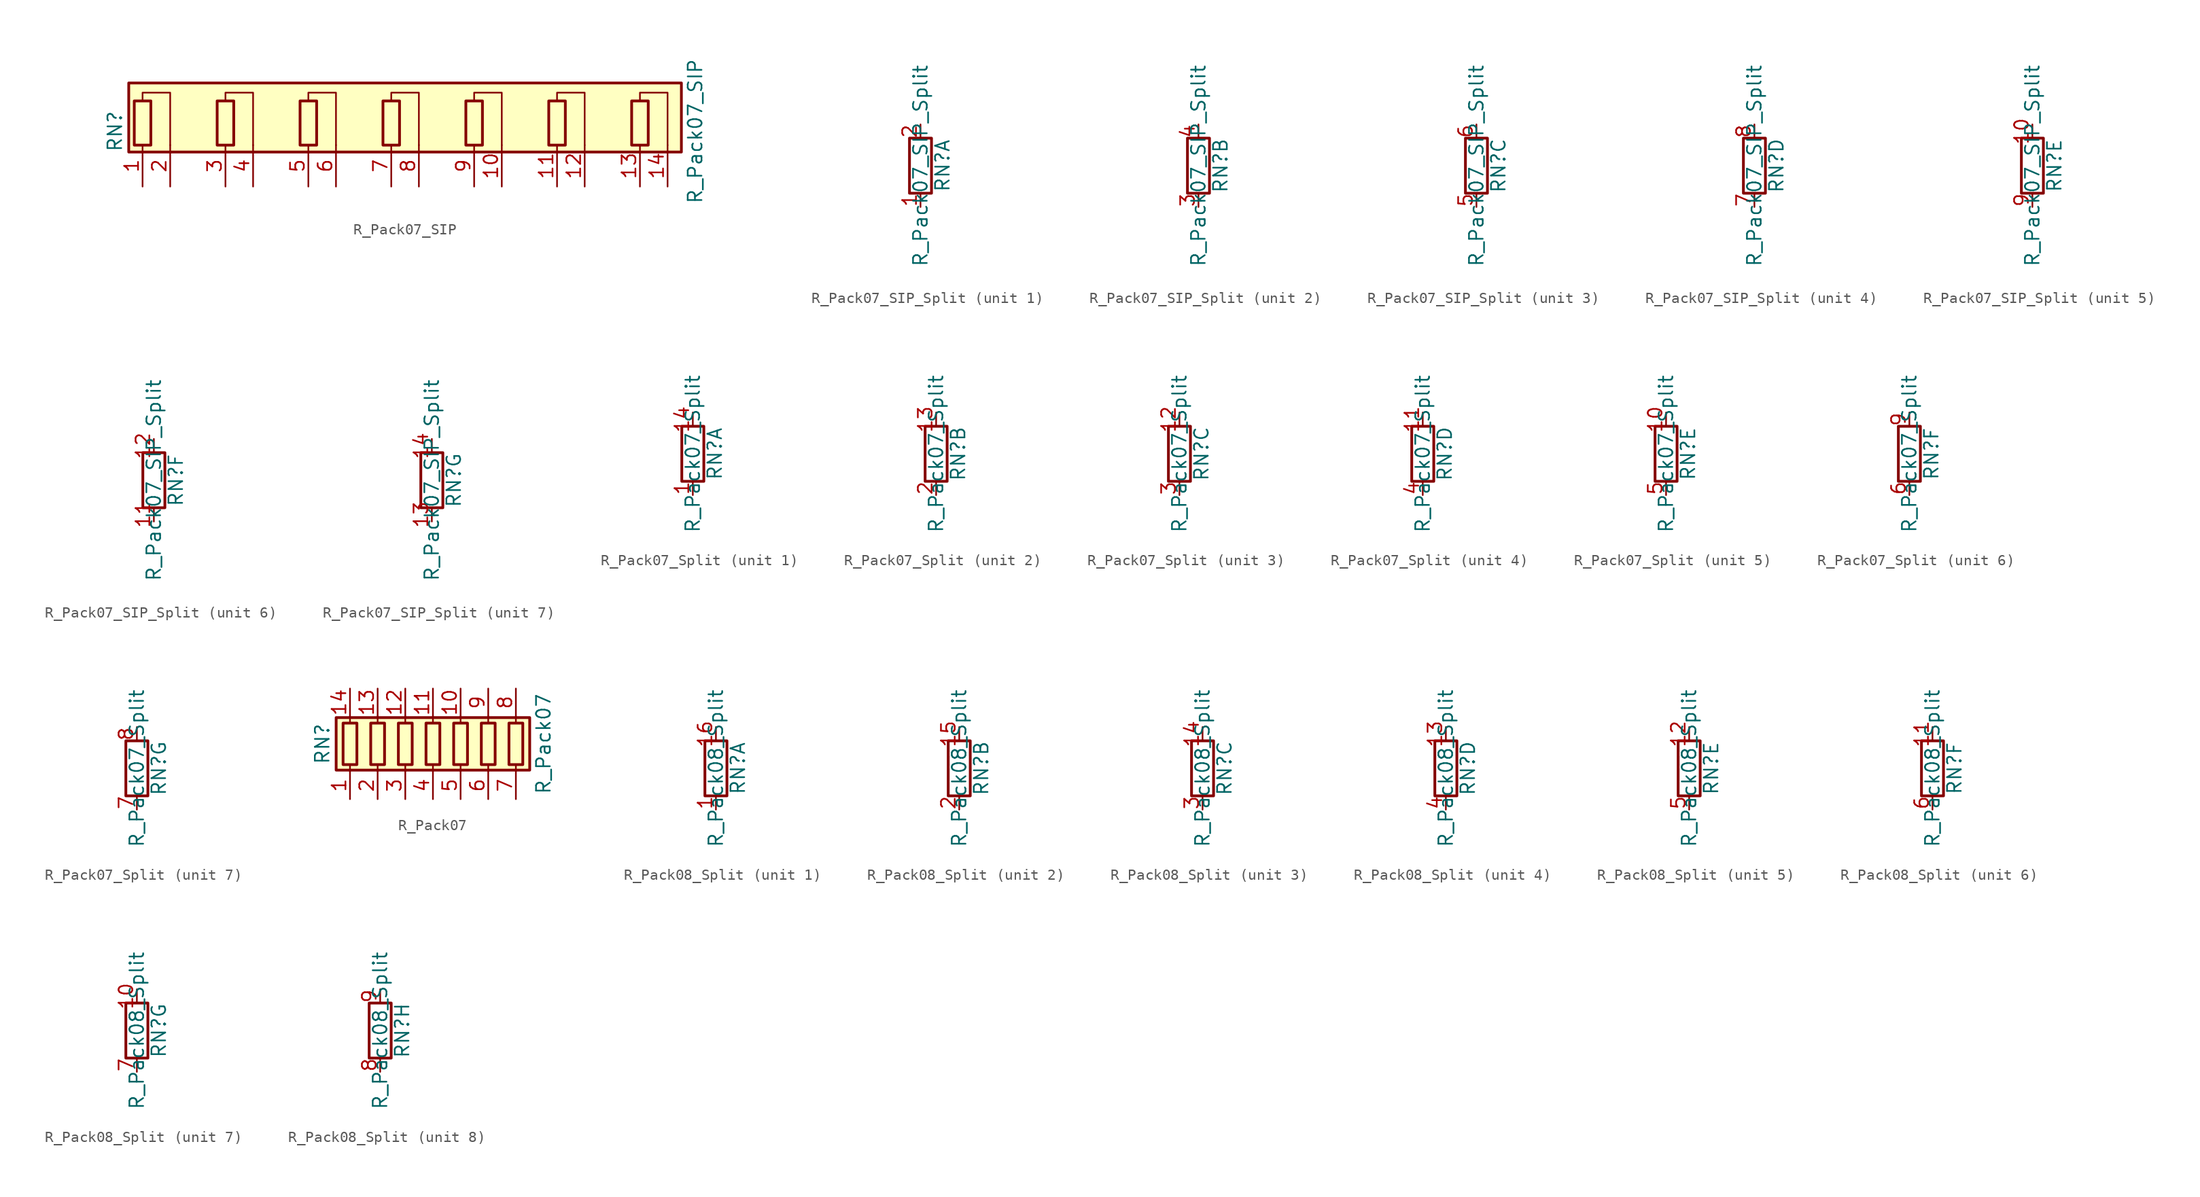
<source format=kicad_sym>
(kicad_symbol_lib
  (version 20201005)
  (generator kicad_symbol_editor)
  (symbol "R_Pack07_SIP"
    (pin_names
      (offset 0) hide)
    (property "Reference" "RN"
      (at -25.4 0 90)
      (effects (font (size 1.27 1.27))))
    (property "Value" "R_Pack07_SIP"
      (at 27.94 0 90)
      (effects (font (size 1.27 1.27))))
    (symbol "R_Pack07_SIP_0_1"
      (rectangle (start -23.622 2.794) (end -22.098 -1.27) (stroke (width 0.254)) (fill (type none)))
      (rectangle (start -16.002 2.794) (end -14.478 -1.27) (stroke (width 0.254)) (fill (type none)))
      (rectangle (start -8.382 2.794) (end -6.858 -1.27) (stroke (width 0.254)) (fill (type none)))
      (rectangle (start -0.762 2.794) (end 0.762 -1.27) (stroke (width 0.254)) (fill (type none)))
      (rectangle (start 6.858 2.794) (end 8.382 -1.27) (stroke (width 0.254)) (fill (type none)))
      (rectangle (start 14.478 2.794) (end 16.002 -1.27) (stroke (width 0.254)) (fill (type none)))
      (rectangle (start 22.098 2.794) (end 23.622 -1.27) (stroke (width 0.254)) (fill (type none)))
      (rectangle (start -24.13 -1.905) (end 26.67 4.445) (stroke (width 0.254)) (fill (type background)))
      (polyline (pts (xy -22.86 2.794) (xy -22.86 3.556) (xy -20.32 3.556) (xy -20.32 -1.27)) (stroke (width 0)) (fill (type none)))
      (polyline (pts (xy -15.24 2.794) (xy -15.24 3.556) (xy -12.7 3.556) (xy -12.7 -1.27)) (stroke (width 0)) (fill (type none)))
      (polyline (pts (xy -7.62 2.794) (xy -7.62 3.556) (xy -5.08 3.556) (xy -5.08 -1.27)) (stroke (width 0)) (fill (type none)))
      (polyline (pts (xy 0 2.794) (xy 0 3.556) (xy 2.54 3.556) (xy 2.54 -1.27)) (stroke (width 0)) (fill (type none)))
      (polyline (pts (xy 7.62 2.794) (xy 7.62 3.556) (xy 10.16 3.556) (xy 10.16 -1.27)) (stroke (width 0)) (fill (type none)))
      (polyline (pts (xy 15.24 2.794) (xy 15.24 3.556) (xy 17.78 3.556) (xy 17.78 -1.27)) (stroke (width 0)) (fill (type none)))
      (polyline (pts (xy 22.86 2.794) (xy 22.86 3.556) (xy 25.4 3.556) (xy 25.4 -1.27)) (stroke (width 0)) (fill (type none))))
    (symbol "R_Pack07_SIP_1_1"
      (pin passive line (at -22.86 -5.08 90) (length 3.81) (name "R1.1" (effects (font (size 1.27 1.27)))) (number "1" (effects (font (size 1.27 1.27)))))
      (pin passive line (at 10.16 -5.08 90) (length 3.81) (name "R5.2" (effects (font (size 1.27 1.27)))) (number "10" (effects (font (size 1.27 1.27)))))
      (pin passive line (at 15.24 -5.08 90) (length 3.81) (name "R6.1" (effects (font (size 1.27 1.27)))) (number "11" (effects (font (size 1.27 1.27)))))
      (pin passive line (at 17.78 -5.08 90) (length 3.81) (name "R6.2" (effects (font (size 1.27 1.27)))) (number "12" (effects (font (size 1.27 1.27)))))
      (pin passive line (at 22.86 -5.08 90) (length 3.81) (name "R7.1" (effects (font (size 1.27 1.27)))) (number "13" (effects (font (size 1.27 1.27)))))
      (pin passive line (at 25.4 -5.08 90) (length 3.81) (name "R7.2" (effects (font (size 1.27 1.27)))) (number "14" (effects (font (size 1.27 1.27)))))
      (pin passive line (at -20.32 -5.08 90) (length 3.81) (name "R1.2" (effects (font (size 1.27 1.27)))) (number "2" (effects (font (size 1.27 1.27)))))
      (pin passive line (at -15.24 -5.08 90) (length 3.81) (name "R2.1" (effects (font (size 1.27 1.27)))) (number "3" (effects (font (size 1.27 1.27)))))
      (pin passive line (at -12.7 -5.08 90) (length 3.81) (name "R2.2" (effects (font (size 1.27 1.27)))) (number "4" (effects (font (size 1.27 1.27)))))
      (pin passive line (at -7.62 -5.08 90) (length 3.81) (name "R3.1" (effects (font (size 1.27 1.27)))) (number "5" (effects (font (size 1.27 1.27)))))
      (pin passive line (at -5.08 -5.08 90) (length 3.81) (name "R3.2" (effects (font (size 1.27 1.27)))) (number "6" (effects (font (size 1.27 1.27)))))
      (pin passive line (at 0 -5.08 90) (length 3.81) (name "R4.1" (effects (font (size 1.27 1.27)))) (number "7" (effects (font (size 1.27 1.27)))))
      (pin passive line (at 2.54 -5.08 90) (length 3.81) (name "R4.2" (effects (font (size 1.27 1.27)))) (number "8" (effects (font (size 1.27 1.27)))))
      (pin passive line (at 7.62 -5.08 90) (length 3.81) (name "R5.1" (effects (font (size 1.27 1.27)))) (number "9" (effects (font (size 1.27 1.27)))))))
  (symbol "R_Pack07_SIP_Split"
    (pin_names
      (offset 0) hide)
    (property "Reference" "RN"
      (at 2.032 0 90)
      (effects (font (size 1.27 1.27))))
    (property "Value" "R_Pack07_SIP_Split"
      (at 0 0 90)
      (effects (font (size 1.27 1.27))))
    (symbol "R_Pack07_SIP_Split_0_1"
      (rectangle (start 1.016 2.54) (end -1.016 -2.54) (stroke (width 0.254)) (fill (type none))))
    (symbol "R_Pack07_SIP_Split_1_1"
      (pin passive line (at 0 -3.81 90) (length 1.27) (name "R1.1" (effects (font (size 1.27 1.27)))) (number "1" (effects (font (size 1.27 1.27)))))
      (pin passive line (at 0 3.81 270) (length 1.27) (name "R1.2" (effects (font (size 1.27 1.27)))) (number "2" (effects (font (size 1.27 1.27))))))
    (symbol "R_Pack07_SIP_Split_2_1"
      (pin passive line (at 0 -3.81 90) (length 1.27) (name "R2.1" (effects (font (size 1.27 1.27)))) (number "3" (effects (font (size 1.27 1.27)))))
      (pin passive line (at 0 3.81 270) (length 1.27) (name "R2.2" (effects (font (size 1.27 1.27)))) (number "4" (effects (font (size 1.27 1.27))))))
    (symbol "R_Pack07_SIP_Split_3_1"
      (pin passive line (at 0 -3.81 90) (length 1.27) (name "R3.1" (effects (font (size 1.27 1.27)))) (number "5" (effects (font (size 1.27 1.27)))))
      (pin passive line (at 0 3.81 270) (length 1.27) (name "R3.2" (effects (font (size 1.27 1.27)))) (number "6" (effects (font (size 1.27 1.27))))))
    (symbol "R_Pack07_SIP_Split_4_1"
      (pin passive line (at 0 -3.81 90) (length 1.27) (name "R4.1" (effects (font (size 1.27 1.27)))) (number "7" (effects (font (size 1.27 1.27)))))
      (pin passive line (at 0 3.81 270) (length 1.27) (name "R4.2" (effects (font (size 1.27 1.27)))) (number "8" (effects (font (size 1.27 1.27))))))
    (symbol "R_Pack07_SIP_Split_5_1"
      (pin passive line (at 0 3.81 270) (length 1.27) (name "R5.2" (effects (font (size 1.27 1.27)))) (number "10" (effects (font (size 1.27 1.27)))))
      (pin passive line (at 0 -3.81 90) (length 1.27) (name "R5.1" (effects (font (size 1.27 1.27)))) (number "9" (effects (font (size 1.27 1.27))))))
    (symbol "R_Pack07_SIP_Split_6_1"
      (pin passive line (at 0 -3.81 90) (length 1.27) (name "R6.1" (effects (font (size 1.27 1.27)))) (number "11" (effects (font (size 1.27 1.27)))))
      (pin passive line (at 0 3.81 270) (length 1.27) (name "R6.2" (effects (font (size 1.27 1.27)))) (number "12" (effects (font (size 1.27 1.27))))))
    (symbol "R_Pack07_SIP_Split_7_1"
      (pin passive line (at 0 -3.81 90) (length 1.27) (name "R7.1" (effects (font (size 1.27 1.27)))) (number "13" (effects (font (size 1.27 1.27)))))
      (pin passive line (at 0 3.81 270) (length 1.27) (name "R7.2" (effects (font (size 1.27 1.27)))) (number "14" (effects (font (size 1.27 1.27)))))))
  (symbol "R_Pack07_Split"
    (pin_names
      (offset 0) hide)
    (property "Reference" "RN"
      (at 2.032 0 90)
      (effects (font (size 1.27 1.27))))
    (property "Value" "R_Pack07_Split"
      (at 0 0 90)
      (effects (font (size 1.27 1.27))))
    (symbol "R_Pack07_Split_0_1"
      (rectangle (start 1.016 2.54) (end -1.016 -2.54) (stroke (width 0.254)) (fill (type none))))
    (symbol "R_Pack07_Split_1_1"
      (pin passive line (at 0 -3.81 90) (length 1.27) (name "R1.1" (effects (font (size 1.27 1.27)))) (number "1" (effects (font (size 1.27 1.27)))))
      (pin passive line (at 0 3.81 270) (length 1.27) (name "R1.2" (effects (font (size 1.27 1.27)))) (number "14" (effects (font (size 1.27 1.27))))))
    (symbol "R_Pack07_Split_2_1"
      (pin passive line (at 0 3.81 270) (length 1.27) (name "R2.2" (effects (font (size 1.27 1.27)))) (number "13" (effects (font (size 1.27 1.27)))))
      (pin passive line (at 0 -3.81 90) (length 1.27) (name "R2.1" (effects (font (size 1.27 1.27)))) (number "2" (effects (font (size 1.27 1.27))))))
    (symbol "R_Pack07_Split_3_1"
      (pin passive line (at 0 3.81 270) (length 1.27) (name "R3.2" (effects (font (size 1.27 1.27)))) (number "12" (effects (font (size 1.27 1.27)))))
      (pin passive line (at 0 -3.81 90) (length 1.27) (name "R3.1" (effects (font (size 1.27 1.27)))) (number "3" (effects (font (size 1.27 1.27))))))
    (symbol "R_Pack07_Split_4_1"
      (pin passive line (at 0 3.81 270) (length 1.27) (name "R4.2" (effects (font (size 1.27 1.27)))) (number "11" (effects (font (size 1.27 1.27)))))
      (pin passive line (at 0 -3.81 90) (length 1.27) (name "R4.1" (effects (font (size 1.27 1.27)))) (number "4" (effects (font (size 1.27 1.27))))))
    (symbol "R_Pack07_Split_5_1"
      (pin passive line (at 0 3.81 270) (length 1.27) (name "R5.2" (effects (font (size 1.27 1.27)))) (number "10" (effects (font (size 1.27 1.27)))))
      (pin passive line (at 0 -3.81 90) (length 1.27) (name "R5.1" (effects (font (size 1.27 1.27)))) (number "5" (effects (font (size 1.27 1.27))))))
    (symbol "R_Pack07_Split_6_1"
      (pin passive line (at 0 -3.81 90) (length 1.27) (name "R6.1" (effects (font (size 1.27 1.27)))) (number "6" (effects (font (size 1.27 1.27)))))
      (pin passive line (at 0 3.81 270) (length 1.27) (name "R6.2" (effects (font (size 1.27 1.27)))) (number "9" (effects (font (size 1.27 1.27))))))
    (symbol "R_Pack07_Split_7_1"
      (pin passive line (at 0 -3.81 90) (length 1.27) (name "R7.1" (effects (font (size 1.27 1.27)))) (number "7" (effects (font (size 1.27 1.27)))))
      (pin passive line (at 0 3.81 270) (length 1.27) (name "R7.2" (effects (font (size 1.27 1.27)))) (number "8" (effects (font (size 1.27 1.27)))))))
  (symbol "R_Pack07"
    (pin_names
      (offset 0) hide)
    (property "Reference" "RN"
      (at -10.16 0 90)
      (effects (font (size 1.27 1.27))))
    (property "Value" "R_Pack07"
      (at 10.16 0 90)
      (effects (font (size 1.27 1.27))))
    (symbol "R_Pack07_0_1"
      (rectangle (start -8.255 1.905) (end -6.985 -1.905) (stroke (width 0.254)) (fill (type none)))
      (rectangle (start -5.715 1.905) (end -4.445 -1.905) (stroke (width 0.254)) (fill (type none)))
      (rectangle (start -3.175 1.905) (end -1.905 -1.905) (stroke (width 0.254)) (fill (type none)))
      (rectangle (start -0.635 1.905) (end 0.635 -1.905) (stroke (width 0.254)) (fill (type none)))
      (rectangle (start 1.905 1.905) (end 3.175 -1.905) (stroke (width 0.254)) (fill (type none)))
      (rectangle (start 4.445 1.905) (end 5.715 -1.905) (stroke (width 0.254)) (fill (type none)))
      (rectangle (start 6.985 1.905) (end 8.255 -1.905) (stroke (width 0.254)) (fill (type none)))
      (rectangle (start -8.89 -2.413) (end 8.89 2.413) (stroke (width 0.254)) (fill (type background)))
      (polyline (pts (xy -7.62 -2.54) (xy -7.62 -1.905)) (stroke (width 0)) (fill (type none)))
      (polyline (pts (xy -7.62 1.905) (xy -7.62 2.54)) (stroke (width 0)) (fill (type none)))
      (polyline (pts (xy -5.08 -2.54) (xy -5.08 -1.905)) (stroke (width 0)) (fill (type none)))
      (polyline (pts (xy -5.08 1.905) (xy -5.08 2.54)) (stroke (width 0)) (fill (type none)))
      (polyline (pts (xy -2.54 -2.54) (xy -2.54 -1.905)) (stroke (width 0)) (fill (type none)))
      (polyline (pts (xy -2.54 1.905) (xy -2.54 2.54)) (stroke (width 0)) (fill (type none)))
      (polyline (pts (xy 0 -2.54) (xy 0 -1.905)) (stroke (width 0)) (fill (type none)))
      (polyline (pts (xy 0 1.905) (xy 0 2.54)) (stroke (width 0)) (fill (type none)))
      (polyline (pts (xy 2.54 -2.54) (xy 2.54 -1.905)) (stroke (width 0)) (fill (type none)))
      (polyline (pts (xy 2.54 1.905) (xy 2.54 2.54)) (stroke (width 0)) (fill (type none)))
      (polyline (pts (xy 5.08 -2.54) (xy 5.08 -1.905)) (stroke (width 0)) (fill (type none)))
      (polyline (pts (xy 5.08 1.905) (xy 5.08 2.54)) (stroke (width 0)) (fill (type none)))
      (polyline (pts (xy 7.62 -2.54) (xy 7.62 -1.905)) (stroke (width 0)) (fill (type none)))
      (polyline (pts (xy 7.62 1.905) (xy 7.62 2.54)) (stroke (width 0)) (fill (type none))))
    (symbol "R_Pack07_1_1"
      (pin passive line (at -7.62 -5.08 90) (length 2.54) (name "R1.1" (effects (font (size 1.27 1.27)))) (number "1" (effects (font (size 1.27 1.27)))))
      (pin passive line (at 2.54 5.08 270) (length 2.54) (name "R5.2" (effects (font (size 1.27 1.27)))) (number "10" (effects (font (size 1.27 1.27)))))
      (pin passive line (at 0 5.08 270) (length 2.54) (name "R4.2" (effects (font (size 1.27 1.27)))) (number "11" (effects (font (size 1.27 1.27)))))
      (pin passive line (at -2.54 5.08 270) (length 2.54) (name "R3.2" (effects (font (size 1.27 1.27)))) (number "12" (effects (font (size 1.27 1.27)))))
      (pin passive line (at -5.08 5.08 270) (length 2.54) (name "R2.2" (effects (font (size 1.27 1.27)))) (number "13" (effects (font (size 1.27 1.27)))))
      (pin passive line (at -7.62 5.08 270) (length 2.54) (name "R1.2" (effects (font (size 1.27 1.27)))) (number "14" (effects (font (size 1.27 1.27)))))
      (pin passive line (at -5.08 -5.08 90) (length 2.54) (name "R2.1" (effects (font (size 1.27 1.27)))) (number "2" (effects (font (size 1.27 1.27)))))
      (pin passive line (at -2.54 -5.08 90) (length 2.54) (name "R3.1" (effects (font (size 1.27 1.27)))) (number "3" (effects (font (size 1.27 1.27)))))
      (pin passive line (at 0 -5.08 90) (length 2.54) (name "R4.1" (effects (font (size 1.27 1.27)))) (number "4" (effects (font (size 1.27 1.27)))))
      (pin passive line (at 2.54 -5.08 90) (length 2.54) (name "R5.1" (effects (font (size 1.27 1.27)))) (number "5" (effects (font (size 1.27 1.27)))))
      (pin passive line (at 5.08 -5.08 90) (length 2.54) (name "R6.1" (effects (font (size 1.27 1.27)))) (number "6" (effects (font (size 1.27 1.27)))))
      (pin passive line (at 7.62 -5.08 90) (length 2.54) (name "R7.1" (effects (font (size 1.27 1.27)))) (number "7" (effects (font (size 1.27 1.27)))))
      (pin passive line (at 7.62 5.08 270) (length 2.54) (name "R7.2" (effects (font (size 1.27 1.27)))) (number "8" (effects (font (size 1.27 1.27)))))
      (pin passive line (at 5.08 5.08 270) (length 2.54) (name "R6.2" (effects (font (size 1.27 1.27)))) (number "9" (effects (font (size 1.27 1.27)))))))
  (symbol "R_Pack08_Split"
    (pin_names
      (offset 0) hide)
    (property "Reference" "RN"
      (at 2.032 0 90)
      (effects (font (size 1.27 1.27))))
    (property "Value" "R_Pack08_Split"
      (at 0 0 90)
      (effects (font (size 1.27 1.27))))
    (symbol "R_Pack08_Split_0_1"
      (rectangle (start 1.016 2.54) (end -1.016 -2.54) (stroke (width 0.254)) (fill (type none))))
    (symbol "R_Pack08_Split_1_1"
      (pin passive line (at 0 -3.81 90) (length 1.27) (name "R1.1" (effects (font (size 1.27 1.27)))) (number "1" (effects (font (size 1.27 1.27)))))
      (pin passive line (at 0 3.81 270) (length 1.27) (name "R1.2" (effects (font (size 1.27 1.27)))) (number "16" (effects (font (size 1.27 1.27))))))
    (symbol "R_Pack08_Split_2_1"
      (pin passive line (at 0 3.81 270) (length 1.27) (name "R2.2" (effects (font (size 1.27 1.27)))) (number "15" (effects (font (size 1.27 1.27)))))
      (pin passive line (at 0 -3.81 90) (length 1.27) (name "R2.1" (effects (font (size 1.27 1.27)))) (number "2" (effects (font (size 1.27 1.27))))))
    (symbol "R_Pack08_Split_3_1"
      (pin passive line (at 0 3.81 270) (length 1.27) (name "R3.2" (effects (font (size 1.27 1.27)))) (number "14" (effects (font (size 1.27 1.27)))))
      (pin passive line (at 0 -3.81 90) (length 1.27) (name "R3.1" (effects (font (size 1.27 1.27)))) (number "3" (effects (font (size 1.27 1.27))))))
    (symbol "R_Pack08_Split_4_1"
      (pin passive line (at 0 3.81 270) (length 1.27) (name "R4.2" (effects (font (size 1.27 1.27)))) (number "13" (effects (font (size 1.27 1.27)))))
      (pin passive line (at 0 -3.81 90) (length 1.27) (name "R4.1" (effects (font (size 1.27 1.27)))) (number "4" (effects (font (size 1.27 1.27))))))
    (symbol "R_Pack08_Split_5_1"
      (pin passive line (at 0 3.81 270) (length 1.27) (name "R5.2" (effects (font (size 1.27 1.27)))) (number "12" (effects (font (size 1.27 1.27)))))
      (pin passive line (at 0 -3.81 90) (length 1.27) (name "R5.1" (effects (font (size 1.27 1.27)))) (number "5" (effects (font (size 1.27 1.27))))))
    (symbol "R_Pack08_Split_6_1"
      (pin passive line (at 0 3.81 270) (length 1.27) (name "R6.2" (effects (font (size 1.27 1.27)))) (number "11" (effects (font (size 1.27 1.27)))))
      (pin passive line (at 0 -3.81 90) (length 1.27) (name "R6.1" (effects (font (size 1.27 1.27)))) (number "6" (effects (font (size 1.27 1.27))))))
    (symbol "R_Pack08_Split_7_1"
      (pin passive line (at 0 3.81 270) (length 1.27) (name "R7.2" (effects (font (size 1.27 1.27)))) (number "10" (effects (font (size 1.27 1.27)))))
      (pin passive line (at 0 -3.81 90) (length 1.27) (name "R7.1" (effects (font (size 1.27 1.27)))) (number "7" (effects (font (size 1.27 1.27))))))
    (symbol "R_Pack08_Split_8_1"
      (pin passive line (at 0 -3.81 90) (length 1.27) (name "R8.1" (effects (font (size 1.27 1.27)))) (number "8" (effects (font (size 1.27 1.27)))))
      (pin passive line (at 0 3.81 270) (length 1.27) (name "R8.2" (effects (font (size 1.27 1.27)))) (number "9" (effects (font (size 1.27 1.27))))))))
</source>
